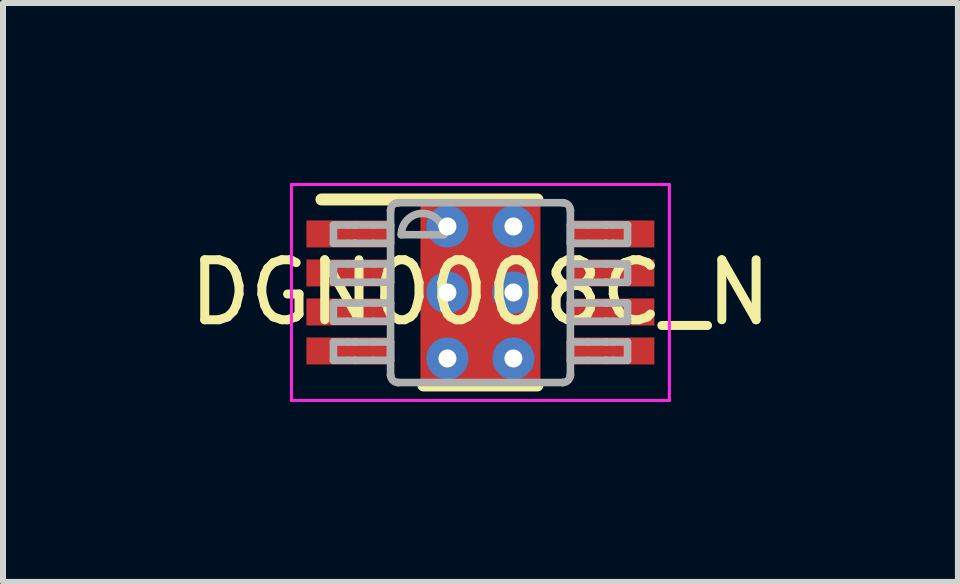
<source format=kicad_pcb>
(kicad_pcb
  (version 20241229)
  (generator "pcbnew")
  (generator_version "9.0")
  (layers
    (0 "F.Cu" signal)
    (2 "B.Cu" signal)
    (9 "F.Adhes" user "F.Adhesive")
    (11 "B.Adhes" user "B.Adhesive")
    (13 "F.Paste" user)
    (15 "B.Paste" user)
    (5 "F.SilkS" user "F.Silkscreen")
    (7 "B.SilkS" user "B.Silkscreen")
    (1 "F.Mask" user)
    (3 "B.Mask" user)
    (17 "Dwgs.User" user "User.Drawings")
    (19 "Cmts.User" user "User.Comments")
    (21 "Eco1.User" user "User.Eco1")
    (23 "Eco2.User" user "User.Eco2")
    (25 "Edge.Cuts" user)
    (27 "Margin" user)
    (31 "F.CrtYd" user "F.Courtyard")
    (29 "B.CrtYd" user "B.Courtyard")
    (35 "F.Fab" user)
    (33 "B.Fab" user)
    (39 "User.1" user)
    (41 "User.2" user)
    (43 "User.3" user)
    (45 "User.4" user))
  (footprint "DGN0008C_N"
    (layer "F.Cu")
    (at 4.958 1.825)
    (property "Reference" "DGN0008C_N" (at 0 0 0) (unlocked yes) (layer "F.SilkS") (effects (font (size 1 1) (thickness 0.15))))
    (attr smd)
    (fp_poly (pts (xy -0.8 0.912) (xy -0.8 -0.912) (xy -0.799 -0.921) (xy -0.796 -0.93) (xy -0.792 -0.939) (xy -0.786 -0.946) (xy -0.779 -0.952) (xy -0.77 -0.956) (xy -0.761 -0.959) (xy -0.752 -0.96) (xy 0.752 -0.96) (xy 0.761 -0.959) (xy 0.77 -0.956) (xy 0.779 -0.952) (xy 0.786 -0.946) (xy 0.792 -0.939) (xy 0.796 -0.93) (xy 0.799 -0.921) (xy 0.8 -0.912) (xy 0.8 0.912) (xy 0.799 0.921) (xy 0.796 0.93) (xy 0.792 0.939) (xy 0.786 0.946) (xy 0.779 0.952) (xy 0.77 0.956) (xy 0.761 0.959) (xy 0.752 0.96) (xy -0.752 0.96) (xy -0.761 0.959) (xy -0.77 0.956) (xy -0.779 0.952) (xy -0.786 0.946) (xy -0.792 0.939) (xy -0.796 0.93) (xy -0.799 0.921)) (stroke (width 0) (type solid)) (fill yes) (layer "F.Mask"))
    (fp_line (start -2.65 -1.55) (end 0.95 -1.55) (stroke (width 0.2) (type solid)) (layer "F.SilkS"))
    (fp_line (start -0.95 1.55) (end 0.95 1.55) (stroke (width 0.2) (type solid)) (layer "F.SilkS"))
    (fp_poly (pts (xy -0.8 0.912) (xy -0.8 -0.912) (xy -0.799 -0.921) (xy -0.796 -0.93) (xy -0.792 -0.939) (xy -0.786 -0.946) (xy -0.779 -0.952) (xy -0.77 -0.956) (xy -0.761 -0.959) (xy -0.752 -0.96) (xy 0.752 -0.96) (xy 0.761 -0.959) (xy 0.77 -0.956) (xy 0.779 -0.952) (xy 0.786 -0.946) (xy 0.792 -0.939) (xy 0.796 -0.93) (xy 0.799 -0.921) (xy 0.8 -0.912) (xy 0.8 0.912) (xy 0.799 0.921) (xy 0.796 0.93) (xy 0.792 0.939) (xy 0.786 0.946) (xy 0.779 0.952) (xy 0.77 0.956) (xy 0.761 0.959) (xy 0.752 0.96) (xy -0.752 0.96) (xy -0.761 0.959) (xy -0.77 0.956) (xy -0.779 0.952) (xy -0.786 0.946) (xy -0.792 0.939) (xy -0.796 0.93) (xy -0.799 0.921)) (stroke (width 0) (type solid)) (fill yes) (layer "F.Paste"))
    (fp_line (start -3.15 -1.8) (end 3.15 -1.8) (stroke (width 0.05) (type default)) (layer "F.CrtYd"))
    (fp_line (start -3.15 1.8) (end -3.15 -1.8) (stroke (width 0.05) (type solid)) (layer "F.CrtYd"))
    (fp_line (start -3.15 1.8) (end 3.15 1.8) (stroke (width 0.05) (type default)) (layer "F.CrtYd"))
    (fp_line (start 3.15 1.8) (end 3.15 -1.8) (stroke (width 0.05) (type solid)) (layer "F.CrtYd"))
    (fp_line (start -2.45 -1.125) (end -2.21 -1.125) (stroke (width 0.127) (type solid)) (layer "F.Fab"))
    (fp_line (start -2.45 -0.82) (end -2.45 -1.125) (stroke (width 0.127) (type solid)) (layer "F.Fab"))
    (fp_line (start -2.45 -0.82) (end -2.21 -0.82) (stroke (width 0.127) (type solid)) (layer "F.Fab"))
    (fp_line (start -2.45 -0.475) (end -2.21 -0.475) (stroke (width 0.127) (type solid)) (layer "F.Fab"))
    (fp_line (start -2.45 -0.17) (end -2.45 -0.475) (stroke (width 0.127) (type solid)) (layer "F.Fab"))
    (fp_line (start -2.45 -0.17) (end -2.21 -0.17) (stroke (width 0.127) (type solid)) (layer "F.Fab"))
    (fp_line (start -2.45 0.175) (end -2.21 0.175) (stroke (width 0.127) (type solid)) (layer "F.Fab"))
    (fp_line (start -2.45 0.48) (end -2.45 0.175) (stroke (width 0.127) (type solid)) (layer "F.Fab"))
    (fp_line (start -2.45 0.48) (end -2.21 0.48) (stroke (width 0.127) (type solid)) (layer "F.Fab"))
    (fp_line (start -2.45 0.826) (end -2.21 0.826) (stroke (width 0.127) (type solid)) (layer "F.Fab"))
    (fp_line (start -2.45 1.131) (end -2.45 0.826) (stroke (width 0.127) (type solid)) (layer "F.Fab"))
    (fp_line (start -2.45 1.131) (end -2.21 1.131) (stroke (width 0.127) (type solid)) (layer "F.Fab"))
    (fp_line (start -2.21 -1.125) (end -2.09 -1.125) (stroke (width 0.127) (type solid)) (layer "F.Fab"))
    (fp_line (start -2.21 -0.82) (end -2.09 -0.82) (stroke (width 0.127) (type solid)) (layer "F.Fab"))
    (fp_line (start -2.21 -0.475) (end -2.09 -0.475) (stroke (width 0.127) (type solid)) (layer "F.Fab"))
    (fp_line (start -2.21 -0.17) (end -2.09 -0.17) (stroke (width 0.127) (type solid)) (layer "F.Fab"))
    (fp_line (start -2.21 0.175) (end -2.09 0.175) (stroke (width 0.127) (type solid)) (layer "F.Fab"))
    (fp_line (start -2.21 0.48) (end -2.09 0.48) (stroke (width 0.127) (type solid)) (layer "F.Fab"))
    (fp_line (start -2.21 0.826) (end -2.09 0.826) (stroke (width 0.127) (type solid)) (layer "F.Fab"))
    (fp_line (start -2.21 1.131) (end -2.09 1.131) (stroke (width 0.127) (type solid)) (layer "F.Fab"))
    (fp_line (start -2.09 -1.125) (end -2.087 -1.125) (stroke (width 0.127) (type solid)) (layer "F.Fab"))
    (fp_line (start -2.09 -0.82) (end -2.087 -0.82) (stroke (width 0.127) (type solid)) (layer "F.Fab"))
    (fp_line (start -2.09 -0.475) (end -2.087 -0.475) (stroke (width 0.127) (type solid)) (layer "F.Fab"))
    (fp_line (start -2.09 -0.17) (end -2.087 -0.17) (stroke (width 0.127) (type solid)) (layer "F.Fab"))
    (fp_line (start -2.09 0.175) (end -2.087 0.175) (stroke (width 0.127) (type solid)) (layer "F.Fab"))
    (fp_line (start -2.09 0.48) (end -2.087 0.48) (stroke (width 0.127) (type solid)) (layer "F.Fab"))
    (fp_line (start -2.09 0.826) (end -2.087 0.826) (stroke (width 0.127) (type solid)) (layer "F.Fab"))
    (fp_line (start -2.09 1.131) (end -2.087 1.131) (stroke (width 0.127) (type solid)) (layer "F.Fab"))
    (fp_line (start -2.087 -1.125) (end -1.784 -1.125) (stroke (width 0.127) (type solid)) (layer "F.Fab"))
    (fp_line (start -2.087 -0.82) (end -1.784 -0.82) (stroke (width 0.127) (type solid)) (layer "F.Fab"))
    (fp_line (start -2.087 -0.475) (end -1.784 -0.475) (stroke (width 0.127) (type solid)) (layer "F.Fab"))
    (fp_line (start -2.087 -0.17) (end -1.784 -0.17) (stroke (width 0.127) (type solid)) (layer "F.Fab"))
    (fp_line (start -2.087 0.175) (end -1.784 0.175) (stroke (width 0.127) (type solid)) (layer "F.Fab"))
    (fp_line (start -2.087 0.48) (end -1.784 0.48) (stroke (width 0.127) (type solid)) (layer "F.Fab"))
    (fp_line (start -2.087 0.826) (end -1.784 0.826) (stroke (width 0.127) (type solid)) (layer "F.Fab"))
    (fp_line (start -2.087 1.131) (end -1.784 1.131) (stroke (width 0.127) (type solid)) (layer "F.Fab"))
    (fp_line (start -1.784 -1.125) (end -1.498 -1.125) (stroke (width 0.127) (type solid)) (layer "F.Fab"))
    (fp_line (start -1.784 -0.82) (end -1.498 -0.82) (stroke (width 0.127) (type solid)) (layer "F.Fab"))
    (fp_line (start -1.784 -0.475) (end -1.498 -0.475) (stroke (width 0.127) (type solid)) (layer "F.Fab"))
    (fp_line (start -1.784 -0.17) (end -1.498 -0.17) (stroke (width 0.127) (type solid)) (layer "F.Fab"))
    (fp_line (start -1.784 0.175) (end -1.498 0.175) (stroke (width 0.127) (type solid)) (layer "F.Fab"))
    (fp_line (start -1.784 0.48) (end -1.498 0.48) (stroke (width 0.127) (type solid)) (layer "F.Fab"))
    (fp_line (start -1.784 0.826) (end -1.498 0.826) (stroke (width 0.127) (type solid)) (layer "F.Fab"))
    (fp_line (start -1.784 1.131) (end -1.498 1.131) (stroke (width 0.127) (type solid)) (layer "F.Fab"))
    (fp_line (start -1.498 -1.369) (end -1.497 -1.372) (stroke (width 0.127) (type solid)) (layer "F.Fab"))
    (fp_line (start -1.498 -0.82) (end -1.498 -1.125) (stroke (width 0.127) (type solid)) (layer "F.Fab"))
    (fp_line (start -1.498 -0.17) (end -1.498 -0.475) (stroke (width 0.127) (type solid)) (layer "F.Fab"))
    (fp_line (start -1.498 0.48) (end -1.498 0.175) (stroke (width 0.127) (type solid)) (layer "F.Fab"))
    (fp_line (start -1.498 1.131) (end -1.498 0.826) (stroke (width 0.127) (type solid)) (layer "F.Fab"))
    (fp_line (start -1.498 1.374) (end -1.498 -1.369) (stroke (width 0.127) (type solid)) (layer "F.Fab"))
    (fp_line (start -1.498 1.374) (end -1.497 1.377) (stroke (width 0.127) (type solid)) (layer "F.Fab"))
    (fp_line (start -1.373 -1.496) (end -1.371 -1.496) (stroke (width 0.127) (type solid)) (layer "F.Fab"))
    (fp_line (start -1.373 1.501) (end -1.371 1.501) (stroke (width 0.127) (type solid)) (layer "F.Fab"))
    (fp_line (start -1.371 -1.496) (end 1.373 -1.496) (stroke (width 0.127) (type solid)) (layer "F.Fab"))
    (fp_line (start -1.371 1.501) (end 1.373 1.501) (stroke (width 0.127) (type solid)) (layer "F.Fab"))
    (fp_line (start -1.32 -0.962) (end -0.609 -0.962) (stroke (width 0.127) (type solid)) (layer "F.Fab"))
    (fp_line (start 1.373 -1.496) (end 1.375 -1.496) (stroke (width 0.127) (type solid)) (layer "F.Fab"))
    (fp_line (start 1.373 1.501) (end 1.375 1.501) (stroke (width 0.127) (type solid)) (layer "F.Fab"))
    (fp_line (start 1.5 -1.372) (end 1.5 -1.369) (stroke (width 0.127) (type solid)) (layer "F.Fab"))
    (fp_line (start 1.5 1.377) (end 1.5 1.374) (stroke (width 0.127) (type solid)) (layer "F.Fab"))
    (fp_line (start 1.5 -1.125) (end 1.786 -1.125) (stroke (width 0.127) (type solid)) (layer "F.Fab"))
    (fp_line (start 1.5 -0.82) (end 1.5 -1.125) (stroke (width 0.127) (type solid)) (layer "F.Fab"))
    (fp_line (start 1.5 -0.82) (end 1.786 -0.82) (stroke (width 0.127) (type solid)) (layer "F.Fab"))
    (fp_line (start 1.5 -0.475) (end 1.786 -0.475) (stroke (width 0.127) (type solid)) (layer "F.Fab"))
    (fp_line (start 1.5 -0.17) (end 1.5 -0.475) (stroke (width 0.127) (type solid)) (layer "F.Fab"))
    (fp_line (start 1.5 -0.17) (end 1.786 -0.17) (stroke (width 0.127) (type solid)) (layer "F.Fab"))
    (fp_line (start 1.5 0.175) (end 1.786 0.175) (stroke (width 0.127) (type solid)) (layer "F.Fab"))
    (fp_line (start 1.5 0.48) (end 1.5 0.175) (stroke (width 0.127) (type solid)) (layer "F.Fab"))
    (fp_line (start 1.5 0.48) (end 1.786 0.48) (stroke (width 0.127) (type solid)) (layer "F.Fab"))
    (fp_line (start 1.5 0.826) (end 1.786 0.826) (stroke (width 0.127) (type solid)) (layer "F.Fab"))
    (fp_line (start 1.5 1.131) (end 1.5 0.826) (stroke (width 0.127) (type solid)) (layer "F.Fab"))
    (fp_line (start 1.5 1.131) (end 1.786 1.131) (stroke (width 0.127) (type solid)) (layer "F.Fab"))
    (fp_line (start 1.5 1.374) (end 1.5 -1.369) (stroke (width 0.127) (type solid)) (layer "F.Fab"))
    (fp_line (start 1.786 -1.125) (end 2.089 -1.125) (stroke (width 0.127) (type solid)) (layer "F.Fab"))
    (fp_line (start 1.786 -0.82) (end 2.089 -0.82) (stroke (width 0.127) (type solid)) (layer "F.Fab"))
    (fp_line (start 1.786 -0.475) (end 2.089 -0.475) (stroke (width 0.127) (type solid)) (layer "F.Fab"))
    (fp_line (start 1.786 -0.17) (end 2.089 -0.17) (stroke (width 0.127) (type solid)) (layer "F.Fab"))
    (fp_line (start 1.786 0.175) (end 2.089 0.175) (stroke (width 0.127) (type solid)) (layer "F.Fab"))
    (fp_line (start 1.786 0.48) (end 2.089 0.48) (stroke (width 0.127) (type solid)) (layer "F.Fab"))
    (fp_line (start 1.786 0.826) (end 2.089 0.826) (stroke (width 0.127) (type solid)) (layer "F.Fab"))
    (fp_line (start 1.786 1.131) (end 2.089 1.131) (stroke (width 0.127) (type solid)) (layer "F.Fab"))
    (fp_line (start 2.089 -1.125) (end 2.093 -1.125) (stroke (width 0.127) (type solid)) (layer "F.Fab"))
    (fp_line (start 2.089 -0.82) (end 2.093 -0.82) (stroke (width 0.127) (type solid)) (layer "F.Fab"))
    (fp_line (start 2.089 -0.475) (end 2.093 -0.475) (stroke (width 0.127) (type solid)) (layer "F.Fab"))
    (fp_line (start 2.089 -0.17) (end 2.093 -0.17) (stroke (width 0.127) (type solid)) (layer "F.Fab"))
    (fp_line (start 2.089 0.175) (end 2.093 0.175) (stroke (width 0.127) (type solid)) (layer "F.Fab"))
    (fp_line (start 2.089 0.48) (end 2.093 0.48) (stroke (width 0.127) (type solid)) (layer "F.Fab"))
    (fp_line (start 2.089 0.826) (end 2.093 0.826) (stroke (width 0.127) (type solid)) (layer "F.Fab"))
    (fp_line (start 2.089 1.131) (end 2.093 1.131) (stroke (width 0.127) (type solid)) (layer "F.Fab"))
    (fp_line (start 2.093 -1.125) (end 2.213 -1.125) (stroke (width 0.127) (type solid)) (layer "F.Fab"))
    (fp_line (start 2.093 -0.82) (end 2.213 -0.82) (stroke (width 0.127) (type solid)) (layer "F.Fab"))
    (fp_line (start 2.093 -0.475) (end 2.213 -0.475) (stroke (width 0.127) (type solid)) (layer "F.Fab"))
    (fp_line (start 2.093 -0.17) (end 2.213 -0.17) (stroke (width 0.127) (type solid)) (layer "F.Fab"))
    (fp_line (start 2.093 0.175) (end 2.213 0.175) (stroke (width 0.127) (type solid)) (layer "F.Fab"))
    (fp_line (start 2.093 0.48) (end 2.213 0.48) (stroke (width 0.127) (type solid)) (layer "F.Fab"))
    (fp_line (start 2.093 0.826) (end 2.213 0.826) (stroke (width 0.127) (type solid)) (layer "F.Fab"))
    (fp_line (start 2.093 1.131) (end 2.213 1.131) (stroke (width 0.127) (type solid)) (layer "F.Fab"))
    (fp_line (start 2.213 -1.125) (end 2.452 -1.125) (stroke (width 0.127) (type solid)) (layer "F.Fab"))
    (fp_line (start 2.213 -0.82) (end 2.452 -0.82) (stroke (width 0.127) (type solid)) (layer "F.Fab"))
    (fp_line (start 2.213 -0.475) (end 2.452 -0.475) (stroke (width 0.127) (type solid)) (layer "F.Fab"))
    (fp_line (start 2.213 -0.17) (end 2.452 -0.17) (stroke (width 0.127) (type solid)) (layer "F.Fab"))
    (fp_line (start 2.213 0.175) (end 2.452 0.175) (stroke (width 0.127) (type solid)) (layer "F.Fab"))
    (fp_line (start 2.213 0.48) (end 2.452 0.48) (stroke (width 0.127) (type solid)) (layer "F.Fab"))
    (fp_line (start 2.213 0.826) (end 2.452 0.826) (stroke (width 0.127) (type solid)) (layer "F.Fab"))
    (fp_line (start 2.213 1.131) (end 2.452 1.131) (stroke (width 0.127) (type solid)) (layer "F.Fab"))
    (fp_line (start 2.452 -0.82) (end 2.452 -1.125) (stroke (width 0.127) (type solid)) (layer "F.Fab"))
    (fp_line (start 2.452 -0.17) (end 2.452 -0.475) (stroke (width 0.127) (type solid)) (layer "F.Fab"))
    (fp_line (start 2.452 0.48) (end 2.452 0.175) (stroke (width 0.127) (type solid)) (layer "F.Fab"))
    (fp_line (start 2.452 1.131) (end 2.452 0.826) (stroke (width 0.127) (type solid)) (layer "F.Fab"))
    (fp_arc (start -1.497476 -1.371582) (mid -1.460306 -1.458644) (end -1.373243 -1.495814) (stroke (width 0.127) (type solid)) (layer "F.Fab"))
    (fp_arc (start -1.373243 1.501336) (mid -1.460306 1.464166) (end -1.497476 1.377104) (stroke (width 0.127) (type solid)) (layer "F.Fab"))
    (fp_arc (start -1.3197 -0.962439) (mid -0.9641 -1.318039) (end -0.6085 -0.962439) (stroke (width 0.127) (type solid)) (layer "F.Fab"))
    (fp_arc (start 1.375443 -1.495814) (mid 1.462505 -1.458644) (end 1.499675 -1.371582) (stroke (width 0.127) (type solid)) (layer "F.Fab"))
    (fp_arc (start 1.499675 1.377104) (mid 1.462505 1.464166) (end 1.375443 1.501336) (stroke (width 0.127) (type solid)) (layer "F.Fab"))
    (pad "1" smd rect (at -2.225 -0.975 90) (size 0.45 1.35) (layers "F.Cu" "F.Mask" "F.Paste"))
    (pad "2" smd rect (at -2.225 -0.325 90) (size 0.45 1.35) (layers "F.Cu" "F.Mask" "F.Paste"))
    (pad "3" smd rect (at -2.225 0.325 90) (size 0.45 1.35) (layers "F.Cu" "F.Mask" "F.Paste"))
    (pad "4" smd rect (at -2.225 0.975 90) (size 0.45 1.35) (layers "F.Cu" "F.Mask" "F.Paste"))
    (pad "5" smd rect (at 2.225 0.975 90) (size 0.45 1.35) (layers "F.Cu" "F.Mask" "F.Paste"))
    (pad "6" smd rect (at 2.225 0.325 90) (size 0.45 1.35) (layers "F.Cu" "F.Mask" "F.Paste"))
    (pad "7" smd rect (at 2.225 -0.325 90) (size 0.45 1.35) (layers "F.Cu" "F.Mask" "F.Paste"))
    (pad "8" smd rect (at 2.225 -0.975 90) (size 0.45 1.35) (layers "F.Cu" "F.Mask" "F.Paste"))
    (pad "9" thru_hole circle (at -0.55 -1.1) (size 0.7 0.7) (drill 0.3) (layers "*.Cu" "*.Mask"))
    (pad "9" thru_hole circle (at -0.55 0) (size 0.7 0.7) (drill 0.3) (layers "*.Cu" "*.Mask"))
    (pad "9" thru_hole circle (at -0.55 1.1) (size 0.7 0.7) (drill 0.3) (layers "*.Cu" "*.Mask"))
    (pad "9" smd rect (at 0 0) (size 2 3) (layers "F.Cu"))
    (pad "9" thru_hole circle (at 0.55 -1.1) (size 0.7 0.7) (drill 0.3) (layers "*.Cu" "*.Mask"))
    (pad "9" thru_hole circle (at 0.55 0) (size 0.7 0.7) (drill 0.3) (layers "*.Cu" "*.Mask"))
    (pad "9" thru_hole circle (at 0.55 1.1) (size 0.7 0.7) (drill 0.3) (layers "*.Cu" "*.Mask")))
  (gr_rect
    (start -3 -3)
    (end 12.917 6.65)
    (stroke (width 0.1) (type default))
    (fill no)
    (layer "Edge.Cuts")))
</source>
